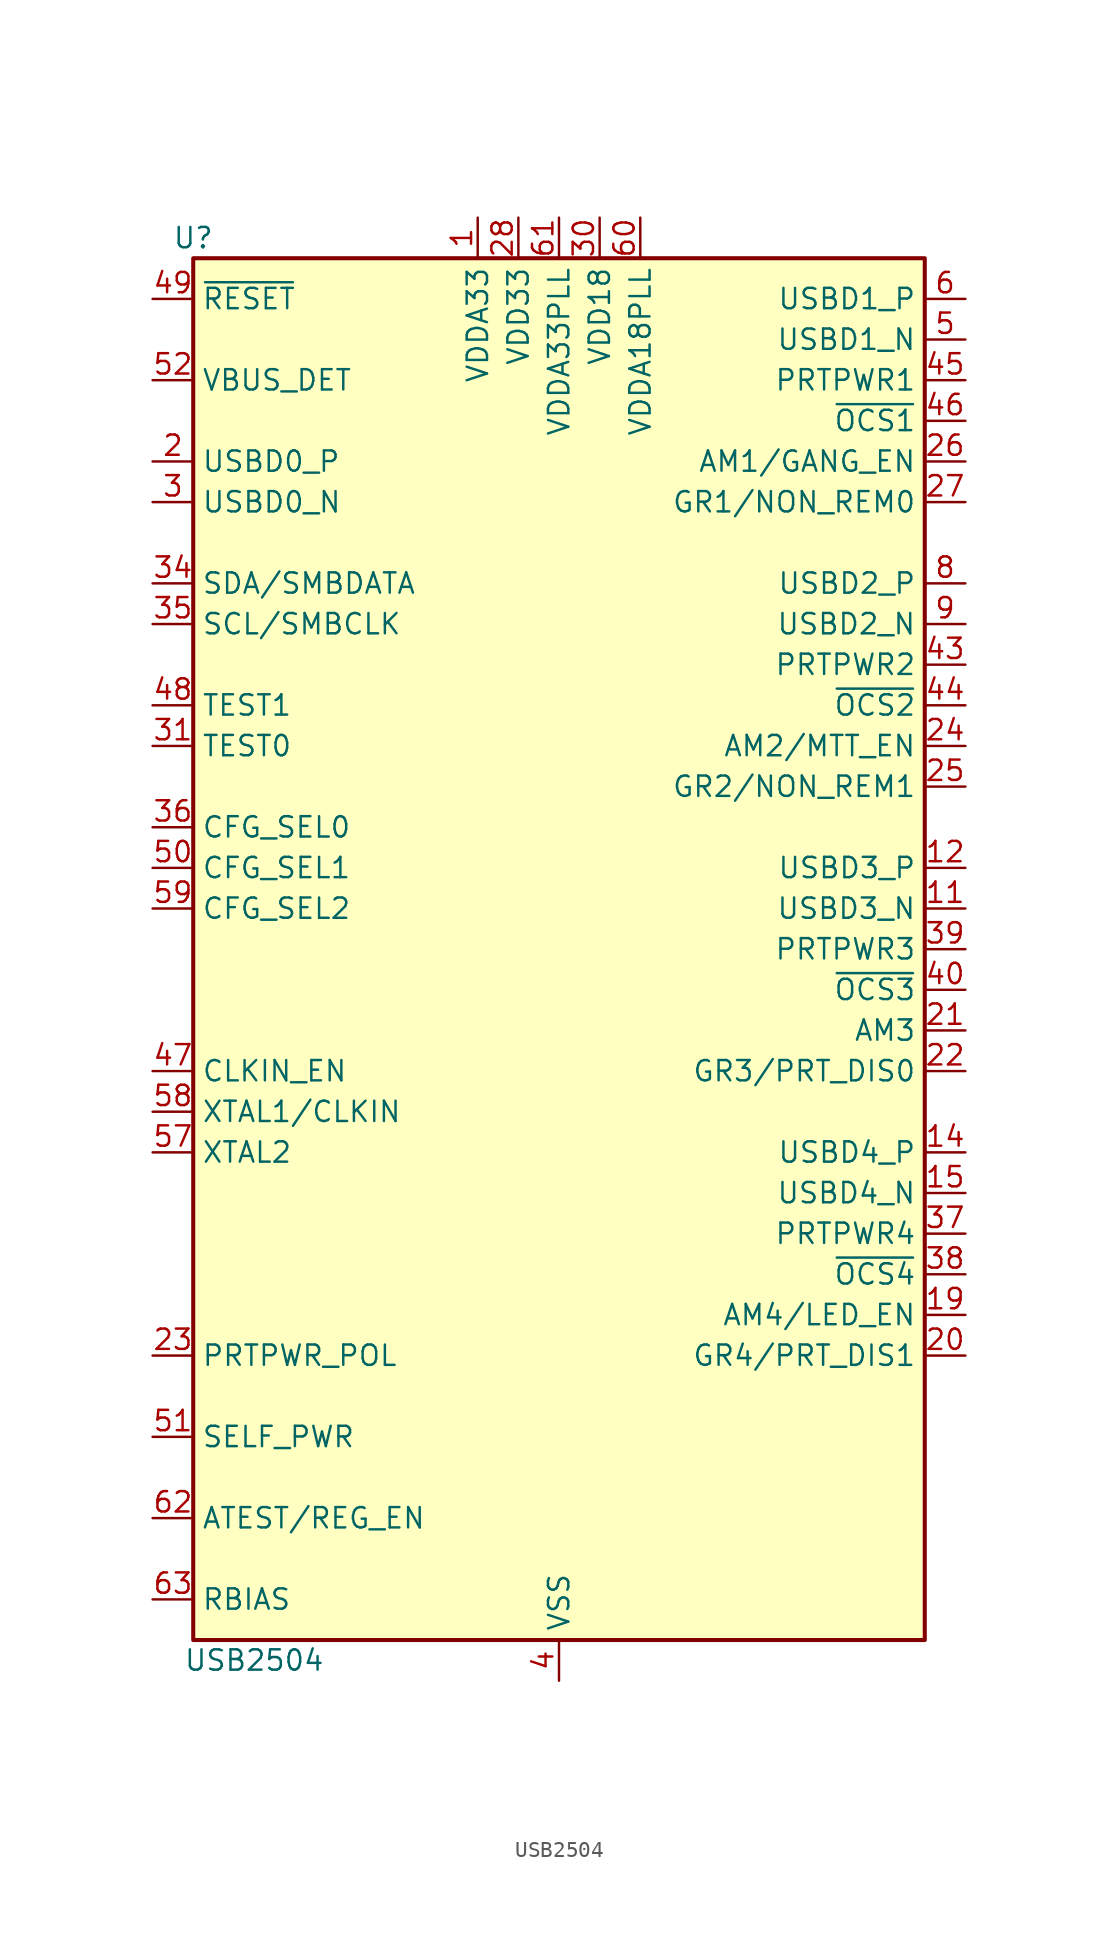
<source format=kicad_sym>
(kicad_symbol_lib
  (version 20241209)
  (generator "kicad_symbol_editor")
  (generator_version "9.0")
  (symbol "USB2504"
    (property "Reference" "U"
      (at -22.86 44.45 0)
      (effects (font (size 1.27 1.27))))
    (property "Value" "USB2504"
      (at -19.05 -44.45 0)
      (effects (font (size 1.27 1.27))))
    (symbol "USB2504_0_1"
      (rectangle (start -22.86 43.18) (end 22.86 -43.18) (stroke (width 0.254) (type default)) (fill (type background))))
    (symbol "USB2504_1_1"
      (pin input line (at -25.4 40.64 0) (length 2.54) (name "~{RESET}" (effects (font (size 1.27 1.27)))) (number "49" (effects (font (size 1.27 1.27)))))
      (pin bidirectional line (at -25.4 35.56 0) (length 2.54) (name "VBUS_DET" (effects (font (size 1.27 1.27)))) (number "52" (effects (font (size 1.27 1.27)))))
      (pin bidirectional line (at -25.4 30.48 0) (length 2.54) (name "USBD0_P" (effects (font (size 1.27 1.27)))) (number "2" (effects (font (size 1.27 1.27)))))
      (pin bidirectional line (at -25.4 27.94 0) (length 2.54) (name "USBD0_N" (effects (font (size 1.27 1.27)))) (number "3" (effects (font (size 1.27 1.27)))))
      (pin bidirectional line (at -25.4 22.86 0) (length 2.54) (name "SDA/SMBDATA" (effects (font (size 1.27 1.27)))) (number "34" (effects (font (size 1.27 1.27)))))
      (pin bidirectional line (at -25.4 20.32 0) (length 2.54) (name "SCL/SMBCLK" (effects (font (size 1.27 1.27)))) (number "35" (effects (font (size 1.27 1.27)))))
      (pin input line (at -25.4 15.24 0) (length 2.54) (name "TEST1" (effects (font (size 1.27 1.27)))) (number "48" (effects (font (size 1.27 1.27)))))
      (pin input line (at -25.4 12.7 0) (length 2.54) (name "TEST0" (effects (font (size 1.27 1.27)))) (number "31" (effects (font (size 1.27 1.27)))))
      (pin input line (at -25.4 7.62 0) (length 2.54) (name "CFG_SEL0" (effects (font (size 1.27 1.27)))) (number "36" (effects (font (size 1.27 1.27)))))
      (pin input line (at -25.4 5.08 0) (length 2.54) (name "CFG_SEL1" (effects (font (size 1.27 1.27)))) (number "50" (effects (font (size 1.27 1.27)))))
      (pin input line (at -25.4 2.54 0) (length 2.54) (name "CFG_SEL2" (effects (font (size 1.27 1.27)))) (number "59" (effects (font (size 1.27 1.27)))))
      (pin input line (at -25.4 -7.62 0) (length 2.54) (name "CLKIN_EN" (effects (font (size 1.27 1.27)))) (number "47" (effects (font (size 1.27 1.27)))))
      (pin input line (at -25.4 -10.16 0) (length 2.54) (name "XTAL1/CLKIN" (effects (font (size 1.27 1.27)))) (number "58" (effects (font (size 1.27 1.27)))))
      (pin output line (at -25.4 -12.7 0) (length 2.54) (name "XTAL2" (effects (font (size 1.27 1.27)))) (number "57" (effects (font (size 1.27 1.27)))))
      (pin bidirectional line (at -25.4 -25.4 0) (length 2.54) (name "PRTPWR_POL" (effects (font (size 1.27 1.27)))) (number "23" (effects (font (size 1.27 1.27)))))
      (pin input line (at -25.4 -30.48 0) (length 2.54) (name "SELF_PWR" (effects (font (size 1.27 1.27)))) (number "51" (effects (font (size 1.27 1.27)))))
      (pin bidirectional line (at -25.4 -35.56 0) (length 2.54) (name "ATEST/REG_EN" (effects (font (size 1.27 1.27)))) (number "62" (effects (font (size 1.27 1.27)))))
      (pin input line (at -25.4 -40.64 0) (length 2.54) (name "RBIAS" (effects (font (size 1.27 1.27)))) (number "63" (effects (font (size 1.27 1.27)))))
      (pin no_connect line (at -22.86 -15.24 0) (length 2.54) (hide yes) (name "NC" (effects (font (size 1.27 1.27)))) (number "17" (effects (font (size 1.27 1.27)))))
      (pin no_connect line (at -22.86 -17.78 0) (length 2.54) (hide yes) (name "NC" (effects (font (size 1.27 1.27)))) (number "18" (effects (font (size 1.27 1.27)))))
      (pin no_connect line (at -22.86 -20.32 0) (length 2.54) (hide yes) (name "NC" (effects (font (size 1.27 1.27)))) (number "32" (effects (font (size 1.27 1.27)))))
      (pin no_connect line (at -22.86 -22.86 0) (length 2.54) (hide yes) (name "NC" (effects (font (size 1.27 1.27)))) (number "33" (effects (font (size 1.27 1.27)))))
      (pin power_in line (at -5.08 45.72 270) (length 2.54) (name "VDDA33" (effects (font (size 1.27 1.27)))) (number "1" (effects (font (size 1.27 1.27)))))
      (pin passive line (at -5.08 45.72 270) (length 2.54) (hide yes) (name "VDDA33" (effects (font (size 1.27 1.27)))) (number "13" (effects (font (size 1.27 1.27)))))
      (pin passive line (at -5.08 45.72 270) (length 2.54) (hide yes) (name "VDDA33" (effects (font (size 1.27 1.27)))) (number "7" (effects (font (size 1.27 1.27)))))
      (pin power_in line (at -2.54 45.72 270) (length 2.54) (name "VDD33" (effects (font (size 1.27 1.27)))) (number "28" (effects (font (size 1.27 1.27)))))
      (pin power_in line (at 0 45.72 270) (length 2.54) (name "VDDA33PLL" (effects (font (size 1.27 1.27)))) (number "61" (effects (font (size 1.27 1.27)))))
      (pin passive line (at 0 -45.72 90) (length 2.54) (hide yes) (name "VSS" (effects (font (size 1.27 1.27)))) (number "10" (effects (font (size 1.27 1.27)))))
      (pin passive line (at 0 -45.72 90) (length 2.54) (hide yes) (name "VSS" (effects (font (size 1.27 1.27)))) (number "16" (effects (font (size 1.27 1.27)))))
      (pin passive line (at 0 -45.72 90) (length 2.54) (hide yes) (name "VSS" (effects (font (size 1.27 1.27)))) (number "29" (effects (font (size 1.27 1.27)))))
      (pin power_in line (at 0 -45.72 90) (length 2.54) (name "VSS" (effects (font (size 1.27 1.27)))) (number "4" (effects (font (size 1.27 1.27)))))
      (pin passive line (at 0 -45.72 90) (length 2.54) (hide yes) (name "VSS" (effects (font (size 1.27 1.27)))) (number "41" (effects (font (size 1.27 1.27)))))
      (pin passive line (at 0 -45.72 90) (length 2.54) (hide yes) (name "VSS" (effects (font (size 1.27 1.27)))) (number "53" (effects (font (size 1.27 1.27)))))
      (pin passive line (at 0 -45.72 90) (length 2.54) (hide yes) (name "VSS" (effects (font (size 1.27 1.27)))) (number "55" (effects (font (size 1.27 1.27)))))
      (pin passive line (at 0 -45.72 90) (length 2.54) (hide yes) (name "VSS" (effects (font (size 1.27 1.27)))) (number "64" (effects (font (size 1.27 1.27)))))
      (pin power_in line (at 2.54 45.72 270) (length 2.54) (name "VDD18" (effects (font (size 1.27 1.27)))) (number "30" (effects (font (size 1.27 1.27)))))
      (pin passive line (at 2.54 45.72 270) (length 2.54) (hide yes) (name "VDD18" (effects (font (size 1.27 1.27)))) (number "42" (effects (font (size 1.27 1.27)))))
      (pin passive line (at 2.54 45.72 270) (length 2.54) (hide yes) (name "VDD18" (effects (font (size 1.27 1.27)))) (number "54" (effects (font (size 1.27 1.27)))))
      (pin power_in line (at 5.08 45.72 270) (length 2.54) (name "VDDA18PLL" (effects (font (size 1.27 1.27)))) (number "60" (effects (font (size 1.27 1.27)))))
      (pin no_connect line (at 22.86 -40.64 180) (length 2.54) (hide yes) (name "NC" (effects (font (size 1.27 1.27)))) (number "56" (effects (font (size 1.27 1.27)))))
      (pin bidirectional line (at 25.4 40.64 180) (length 2.54) (name "USBD1_P" (effects (font (size 1.27 1.27)))) (number "6" (effects (font (size 1.27 1.27)))))
      (pin bidirectional line (at 25.4 38.1 180) (length 2.54) (name "USBD1_N" (effects (font (size 1.27 1.27)))) (number "5" (effects (font (size 1.27 1.27)))))
      (pin output line (at 25.4 35.56 180) (length 2.54) (name "PRTPWR1" (effects (font (size 1.27 1.27)))) (number "45" (effects (font (size 1.27 1.27)))))
      (pin input line (at 25.4 33.02 180) (length 2.54) (name "~{OCS1}" (effects (font (size 1.27 1.27)))) (number "46" (effects (font (size 1.27 1.27)))))
      (pin bidirectional line (at 25.4 30.48 180) (length 2.54) (name "AM1/GANG_EN" (effects (font (size 1.27 1.27)))) (number "26" (effects (font (size 1.27 1.27)))))
      (pin bidirectional line (at 25.4 27.94 180) (length 2.54) (name "GR1/NON_REM0" (effects (font (size 1.27 1.27)))) (number "27" (effects (font (size 1.27 1.27)))))
      (pin bidirectional line (at 25.4 22.86 180) (length 2.54) (name "USBD2_P" (effects (font (size 1.27 1.27)))) (number "8" (effects (font (size 1.27 1.27)))))
      (pin bidirectional line (at 25.4 20.32 180) (length 2.54) (name "USBD2_N" (effects (font (size 1.27 1.27)))) (number "9" (effects (font (size 1.27 1.27)))))
      (pin output line (at 25.4 17.78 180) (length 2.54) (name "PRTPWR2" (effects (font (size 1.27 1.27)))) (number "43" (effects (font (size 1.27 1.27)))))
      (pin input line (at 25.4 15.24 180) (length 2.54) (name "~{OCS2}" (effects (font (size 1.27 1.27)))) (number "44" (effects (font (size 1.27 1.27)))))
      (pin bidirectional line (at 25.4 12.7 180) (length 2.54) (name "AM2/MTT_EN" (effects (font (size 1.27 1.27)))) (number "24" (effects (font (size 1.27 1.27)))))
      (pin bidirectional line (at 25.4 10.16 180) (length 2.54) (name "GR2/NON_REM1" (effects (font (size 1.27 1.27)))) (number "25" (effects (font (size 1.27 1.27)))))
      (pin bidirectional line (at 25.4 5.08 180) (length 2.54) (name "USBD3_P" (effects (font (size 1.27 1.27)))) (number "12" (effects (font (size 1.27 1.27)))))
      (pin bidirectional line (at 25.4 2.54 180) (length 2.54) (name "USBD3_N" (effects (font (size 1.27 1.27)))) (number "11" (effects (font (size 1.27 1.27)))))
      (pin output line (at 25.4 0 180) (length 2.54) (name "PRTPWR3" (effects (font (size 1.27 1.27)))) (number "39" (effects (font (size 1.27 1.27)))))
      (pin input line (at 25.4 -2.54 180) (length 2.54) (name "~{OCS3}" (effects (font (size 1.27 1.27)))) (number "40" (effects (font (size 1.27 1.27)))))
      (pin bidirectional line (at 25.4 -5.08 180) (length 2.54) (name "AM3" (effects (font (size 1.27 1.27)))) (number "21" (effects (font (size 1.27 1.27)))))
      (pin bidirectional line (at 25.4 -7.62 180) (length 2.54) (name "GR3/PRT_DIS0" (effects (font (size 1.27 1.27)))) (number "22" (effects (font (size 1.27 1.27)))))
      (pin bidirectional line (at 25.4 -12.7 180) (length 2.54) (name "USBD4_P" (effects (font (size 1.27 1.27)))) (number "14" (effects (font (size 1.27 1.27)))))
      (pin bidirectional line (at 25.4 -15.24 180) (length 2.54) (name "USBD4_N" (effects (font (size 1.27 1.27)))) (number "15" (effects (font (size 1.27 1.27)))))
      (pin output line (at 25.4 -17.78 180) (length 2.54) (name "PRTPWR4" (effects (font (size 1.27 1.27)))) (number "37" (effects (font (size 1.27 1.27)))))
      (pin input line (at 25.4 -20.32 180) (length 2.54) (name "~{OCS4}" (effects (font (size 1.27 1.27)))) (number "38" (effects (font (size 1.27 1.27)))))
      (pin bidirectional line (at 25.4 -22.86 180) (length 2.54) (name "AM4/LED_EN" (effects (font (size 1.27 1.27)))) (number "19" (effects (font (size 1.27 1.27)))))
      (pin bidirectional line (at 25.4 -25.4 180) (length 2.54) (name "GR4/PRT_DIS1" (effects (font (size 1.27 1.27)))) (number "20" (effects (font (size 1.27 1.27))))))))
</source>
